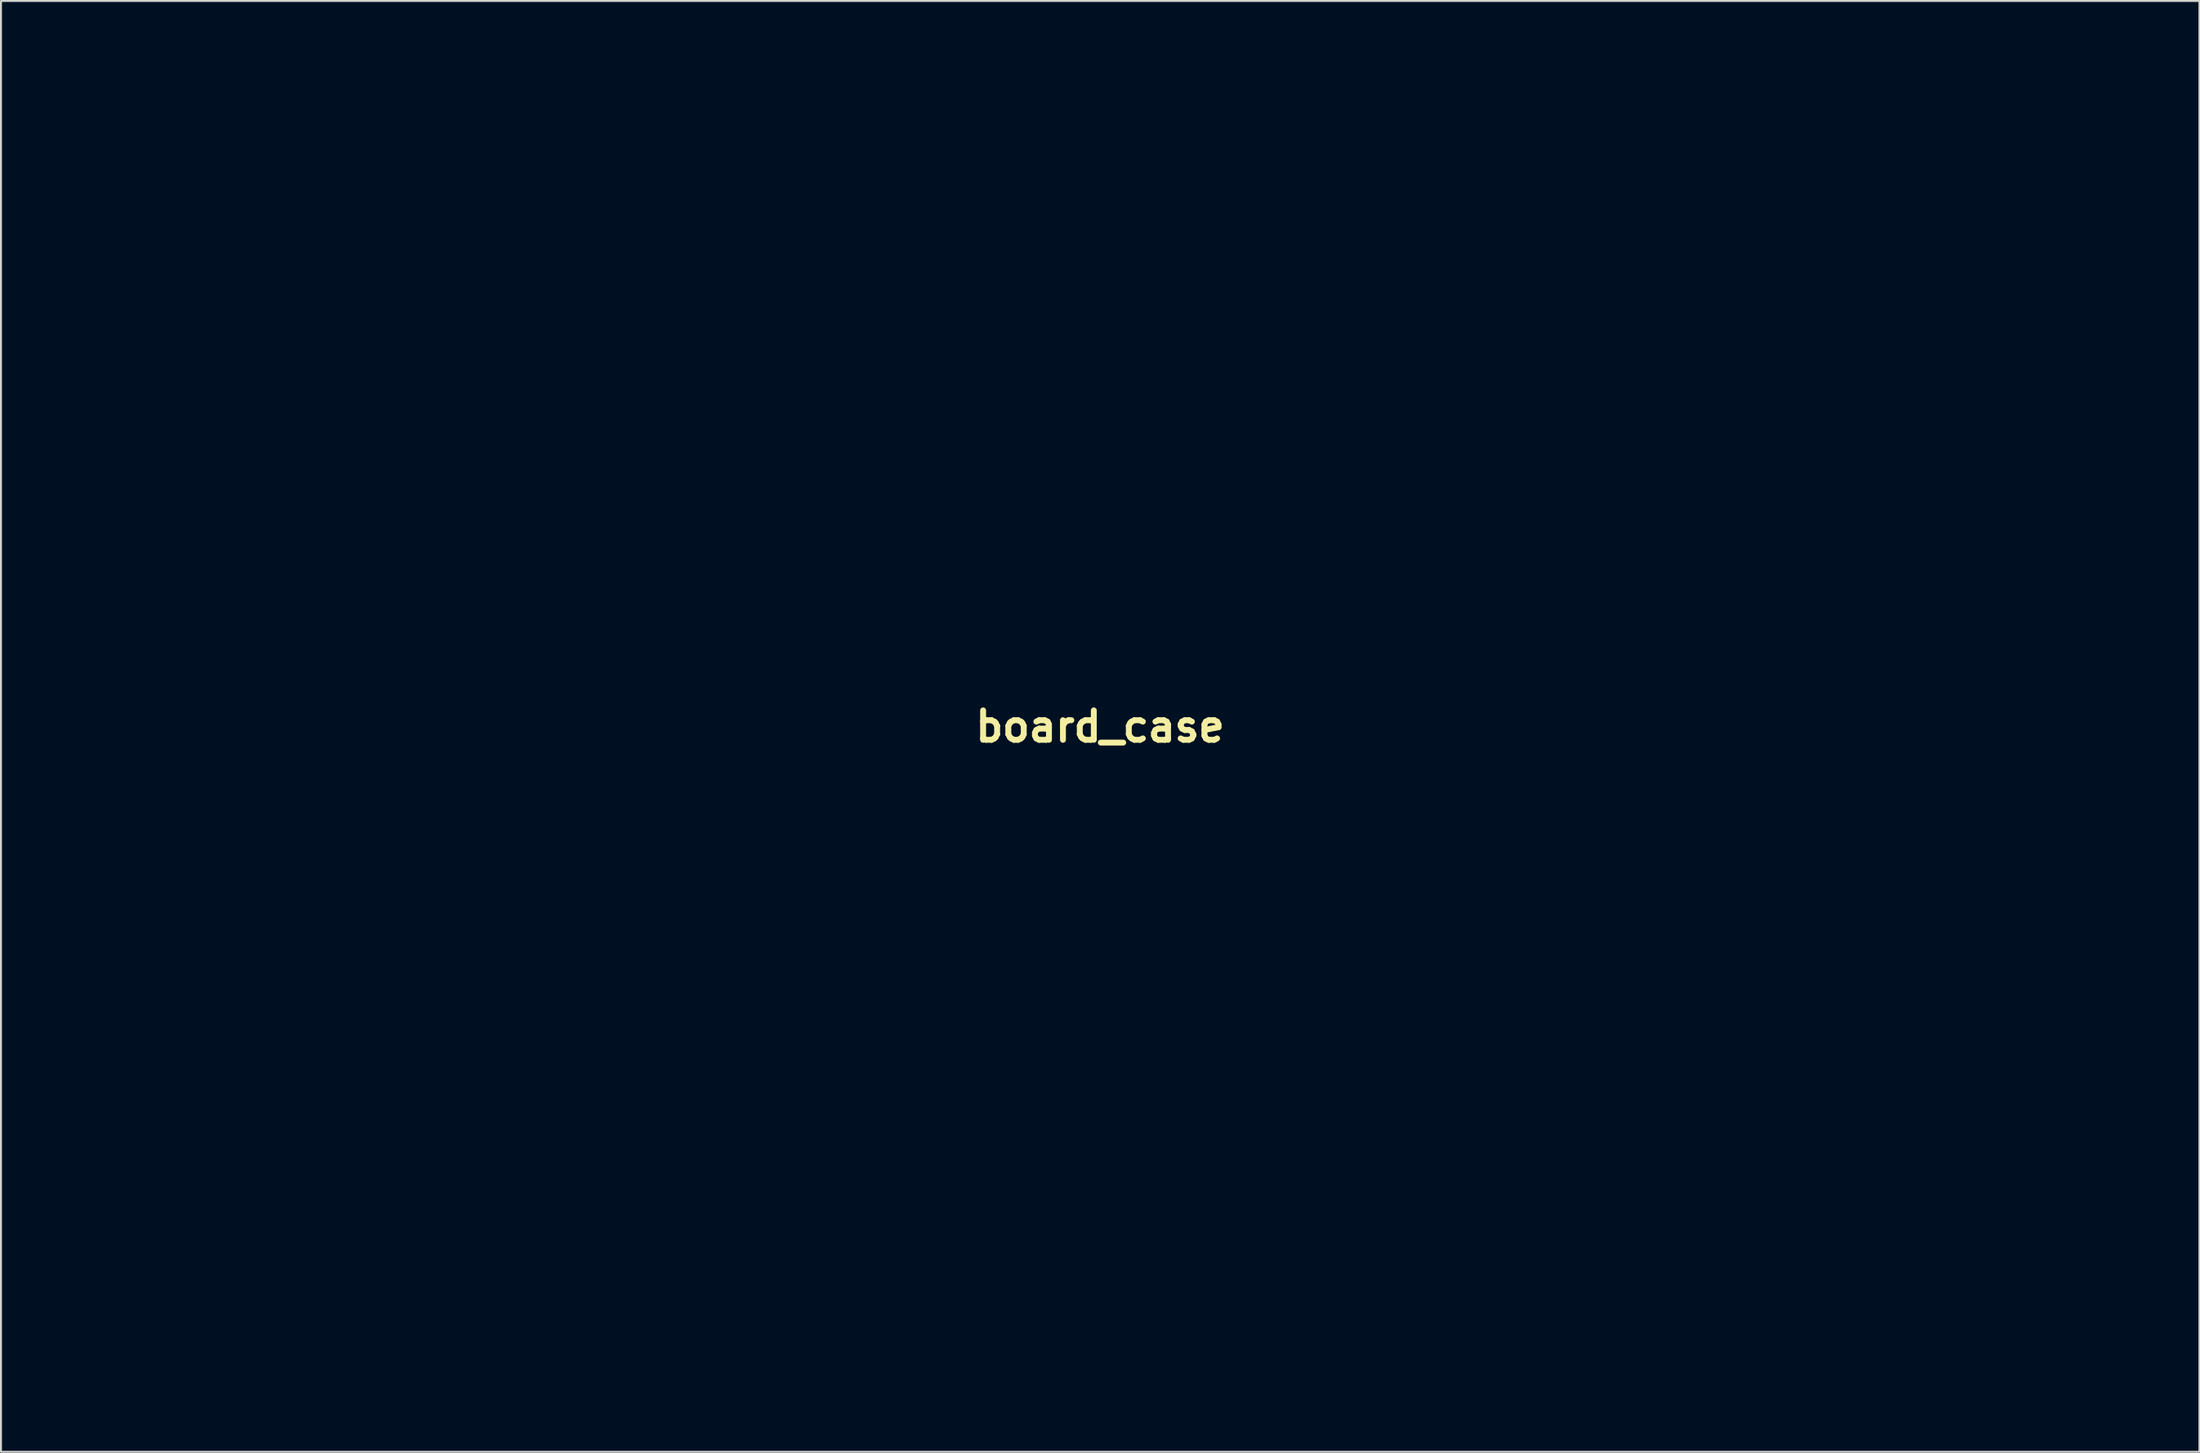
<source format=kicad_pcb>
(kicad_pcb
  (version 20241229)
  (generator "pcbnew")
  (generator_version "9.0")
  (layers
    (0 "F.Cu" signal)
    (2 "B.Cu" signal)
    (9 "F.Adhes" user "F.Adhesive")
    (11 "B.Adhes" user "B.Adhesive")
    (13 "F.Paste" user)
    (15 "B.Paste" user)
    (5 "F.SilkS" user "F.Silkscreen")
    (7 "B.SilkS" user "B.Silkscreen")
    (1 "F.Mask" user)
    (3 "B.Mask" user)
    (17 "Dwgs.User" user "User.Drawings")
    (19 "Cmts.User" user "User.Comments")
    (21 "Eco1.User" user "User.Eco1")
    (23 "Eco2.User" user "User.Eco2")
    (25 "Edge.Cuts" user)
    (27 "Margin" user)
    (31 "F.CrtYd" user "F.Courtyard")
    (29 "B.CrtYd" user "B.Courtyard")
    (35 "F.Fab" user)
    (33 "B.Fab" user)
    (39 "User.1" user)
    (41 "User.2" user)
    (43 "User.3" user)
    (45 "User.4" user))
  (footprint "board_case"
    (layer "F.Cu")
    (at 53.038 34.013)
    (property "Reference" "board_case" (at 0 0 0) (layer "F.SilkS") (effects (font (size 1.5 1.5) (thickness 0.3))))
    (attr board_only exclude_from_pos_files exclude_from_bom)
    (fp_poly (pts (xy 0.169 -2.794) (xy 0.169 -1.355) (xy -0.085 -1.355) (xy -0.339 -1.355) (xy -0.339 -2.794) (xy -0.339 -4.233) (xy -0.085 -4.233) (xy 0.169 -4.233)) (stroke (width 0.1) (type solid)) (fill no) (layer "Eco1.User"))
    (fp_poly (pts (xy -12.11 -1.864) (xy -12.067 -1.714) (xy -12.065 -1.652) (xy -12.111 -1.466) (xy -12.218 -1.365) (xy -12.339 -1.373) (xy -12.411 -1.47) (xy -12.441 -1.691) (xy -12.365 -1.853) (xy -12.233 -1.905)) (stroke (width 0.1) (type solid)) (fill no) (layer "Eco1.User"))
    (fp_poly (pts (xy -9.79 -9.094) (xy -9.68 -8.977) (xy -9.659 -8.8) (xy -9.725 -8.644) (xy -9.786 -8.603) (xy -9.916 -8.558) (xy -9.991 -8.587) (xy -10.058 -8.653) (xy -10.143 -8.826) (xy -10.103 -8.992) (xy -9.973 -9.1)) (stroke (width 0.1) (type solid)) (fill no) (layer "Eco1.User"))
    (fp_poly (pts (xy 0.075 -5.172) (xy 0.144 -5.035) (xy 0.155 -4.962) (xy 0.127 -4.738) (xy 0.007 -4.597) (xy -0.085 -4.575) (xy -0.185 -4.614) (xy -0.24 -4.646) (xy -0.315 -4.778) (xy -0.324 -4.962) (xy -0.274 -5.142) (xy -0.148 -5.204) (xy -0.085 -5.207)) (stroke (width 0.1) (type solid)) (fill no) (layer "Eco1.User"))
    (fp_poly (pts (xy -16.582 -5.326) (xy -16.411 -5.295) (xy -16.345 -5.236) (xy -16.341 -5.207) (xy -16.397 -5.119) (xy -16.582 -5.082) (xy -16.679 -5.08) (xy -17.018 -5.08) (xy -17.018 -2.963) (xy -17.018 -0.847) (xy -16.679 -0.847) (xy -16.458 -0.832) (xy -16.36 -0.775) (xy -16.341 -0.677) (xy -16.358 -0.586) (xy -16.434 -0.535) (xy -16.607 -0.513) (xy -16.891 -0.508) (xy -17.441 -0.508) (xy -17.441 -2.921) (xy -17.441 -5.334) (xy -16.891 -5.334)) (stroke (width 0.1) (type solid)) (fill no) (layer "Eco1.User"))
    (fp_poly (pts (xy 4.911 -2.921) (xy 4.911 -0.508) (xy 4.36 -0.508) (xy 4.063 -0.513) (xy 3.896 -0.537) (xy 3.825 -0.59) (xy 3.81 -0.677) (xy 3.838 -0.788) (xy 3.953 -0.837) (xy 4.149 -0.847) (xy 4.487 -0.847) (xy 4.487 -2.963) (xy 4.487 -5.08) (xy 4.149 -5.08) (xy 3.913 -5.101) (xy 3.816 -5.17) (xy 3.81 -5.207) (xy 3.847 -5.278) (xy 3.978 -5.318) (xy 4.235 -5.333) (xy 4.36 -5.334) (xy 4.911 -5.334)) (stroke (width 0.1) (type solid)) (fill no) (layer "Eco1.User"))
    (fp_poly (pts (xy -9.57 -5.146) (xy -9.538 -5.077) (xy -9.514 -4.937) (xy -9.499 -4.708) (xy -9.489 -4.369) (xy -9.484 -3.901) (xy -9.483 -3.284) (xy -9.483 -3.26) (xy -9.483 -1.355) (xy -9.693 -1.355) (xy -9.902 -1.355) (xy -9.925 -3.004) (xy -9.948 -4.653) (xy -10.386 -4.45) (xy -10.64 -4.34) (xy -10.783 -4.304) (xy -10.854 -4.337) (xy -10.873 -4.374) (xy -10.916 -4.505) (xy -10.922 -4.536) (xy -10.851 -4.593) (xy -10.669 -4.697) (xy -10.418 -4.824) (xy -10.142 -4.956) (xy -9.885 -5.07) (xy -9.69 -5.146) (xy -9.612 -5.165)) (stroke (width 0.1) (type solid)) (fill no) (layer "Eco1.User"))
    (fp_poly (pts (xy -4.236 -12.343) (xy -4.204 -12.273) (xy -4.18 -12.134) (xy -4.165 -11.905) (xy -4.155 -11.566) (xy -4.15 -11.098) (xy -4.149 -10.481) (xy -4.149 -10.456) (xy -4.149 -8.551) (xy -4.359 -8.551) (xy -4.568 -8.551) (xy -4.591 -10.201) (xy -4.614 -11.85) (xy -5.052 -11.647) (xy -5.306 -11.537) (xy -5.449 -11.501) (xy -5.52 -11.534) (xy -5.539 -11.571) (xy -5.582 -11.702) (xy -5.588 -11.732) (xy -5.517 -11.79) (xy -5.335 -11.893) (xy -5.084 -12.021) (xy -4.808 -12.152) (xy -4.551 -12.267) (xy -4.356 -12.342) (xy -4.278 -12.361)) (stroke (width 0.1) (type solid)) (fill no) (layer "Eco1.User"))
    (fp_poly (pts (xy -52.625 -33.948) (xy -52.593 -33.929) (xy -52.567 -33.88) (xy -52.546 -33.788) (xy -52.529 -33.639) (xy -52.517 -33.42) (xy -52.507 -33.117) (xy -52.501 -32.716) (xy -52.497 -32.203) (xy -52.495 -31.566) (xy -52.494 -30.79) (xy -52.493 -29.862) (xy -52.493 -29.601) (xy -52.494 -28.6) (xy -52.496 -27.756) (xy -52.501 -27.056) (xy -52.507 -26.488) (xy -52.517 -26.04) (xy -52.529 -25.698) (xy -52.544 -25.451) (xy -52.563 -25.287) (xy -52.586 -25.191) (xy -52.607 -25.157) (xy -52.73 -25.103) (xy -52.776 -25.119) (xy -52.787 -25.212) (xy -52.797 -25.458) (xy -52.806 -25.841) (xy -52.814 -26.346) (xy -52.821 -26.957) (xy -52.826 -27.656) (xy -52.83 -28.429) (xy -52.832 -29.259) (xy -52.832 -29.563) (xy -52.832 -30.536) (xy -52.831 -31.354) (xy -52.829 -32.03) (xy -52.826 -32.576) (xy -52.82 -33.008) (xy -52.812 -33.339) (xy -52.8 -33.581) (xy -52.785 -33.75) (xy -52.765 -33.857) (xy -52.74 -33.918) (xy -52.711 -33.944) (xy -52.675 -33.951) (xy -52.663 -33.951)) (stroke (width 0.1) (type solid)) (fill no) (layer "Eco1.User"))
    (fp_poly (pts (xy 49.62 33.443) (xy 50.433 33.444) (xy 51.104 33.446) (xy 51.647 33.45) (xy 52.075 33.455) (xy 52.402 33.464) (xy 52.641 33.476) (xy 52.806 33.491) (xy 52.911 33.511) (xy 52.97 33.536) (xy 52.995 33.566) (xy 53.001 33.603) (xy 53.001 33.613) (xy 52.998 33.65) (xy 52.979 33.682) (xy 52.93 33.708) (xy 52.839 33.729) (xy 52.691 33.746) (xy 52.472 33.758) (xy 52.17 33.768) (xy 51.771 33.774) (xy 51.261 33.778) (xy 50.627 33.781) (xy 49.855 33.782) (xy 48.931 33.782) (xy 48.613 33.782) (xy 47.766 33.781) (xy 46.972 33.778) (xy 46.244 33.773) (xy 45.601 33.767) (xy 45.057 33.759) (xy 44.629 33.75) (xy 44.332 33.741) (xy 44.183 33.73) (xy 44.169 33.726) (xy 44.166 33.624) (xy 44.207 33.557) (xy 44.256 33.531) (xy 44.365 33.509) (xy 44.547 33.491) (xy 44.812 33.476) (xy 45.175 33.464) (xy 45.648 33.456) (xy 46.243 33.45) (xy 46.972 33.446) (xy 47.849 33.444) (xy 48.651 33.443)) (stroke (width 0.1) (type solid)) (fill no) (layer "Eco1.User"))
    (fp_poly (pts (xy -14.192 -5.115) (xy -13.845 -4.959) (xy -13.581 -4.663) (xy -13.502 -4.518) (xy -13.41 -4.226) (xy -13.343 -3.822) (xy -13.306 -3.362) (xy -13.302 -2.902) (xy -13.334 -2.498) (xy -13.372 -2.304) (xy -13.565 -1.861) (xy -13.863 -1.546) (xy -14.249 -1.369) (xy -14.71 -1.341) (xy -14.833 -1.357) (xy -15.141 -1.446) (xy -15.362 -1.613) (xy -15.543 -1.897) (xy -15.598 -2.014) (xy -15.75 -2.498) (xy -15.819 -3.036) (xy -15.814 -3.238) (xy -15.366 -3.238) (xy -15.357 -2.783) (xy -15.306 -2.38) (xy -15.302 -2.36) (xy -15.166 -2.008) (xy -14.95 -1.759) (xy -14.685 -1.629) (xy -14.402 -1.631) (xy -14.132 -1.779) (xy -14.099 -1.811) (xy -13.884 -2.142) (xy -13.76 -2.617) (xy -13.726 -3.234) (xy -13.733 -3.436) (xy -13.799 -3.991) (xy -13.935 -4.404) (xy -14.148 -4.686) (xy -14.334 -4.809) (xy -14.614 -4.863) (xy -14.879 -4.755) (xy -15.114 -4.492) (xy -15.183 -4.372) (xy -15.276 -4.088) (xy -15.339 -3.692) (xy -15.366 -3.238) (xy -15.814 -3.238) (xy -15.806 -3.585) (xy -15.716 -4.102) (xy -15.553 -4.541) (xy -15.373 -4.807) (xy -15.18 -4.991) (xy -14.988 -5.088) (xy -14.722 -5.133) (xy -14.64 -5.14)) (stroke (width 0.1) (type solid)) (fill no) (layer "Eco1.User"))
    (fp_poly (pts (xy 2.656 -4.201) (xy 2.862 -4.088) (xy 3.013 -3.929) (xy 3.116 -3.699) (xy 3.179 -3.374) (xy 3.21 -2.927) (xy 3.217 -2.416) (xy 3.217 -1.355) (xy 3.014 -1.355) (xy 2.931 -1.359) (xy 2.874 -1.392) (xy 2.836 -1.479) (xy 2.812 -1.649) (xy 2.797 -1.927) (xy 2.784 -2.342) (xy 2.781 -2.453) (xy 2.766 -2.912) (xy 2.747 -3.233) (xy 2.718 -3.449) (xy 2.675 -3.59) (xy 2.611 -3.689) (xy 2.575 -3.728) (xy 2.315 -3.878) (xy 2.001 -3.901) (xy 1.692 -3.795) (xy 1.625 -3.751) (xy 1.532 -3.676) (xy 1.468 -3.593) (xy 1.427 -3.472) (xy 1.401 -3.281) (xy 1.386 -2.989) (xy 1.375 -2.565) (xy 1.373 -2.468) (xy 1.363 -2.016) (xy 1.35 -1.707) (xy 1.33 -1.513) (xy 1.297 -1.408) (xy 1.247 -1.364) (xy 1.173 -1.355) (xy 1.155 -1.355) (xy 0.978 -1.377) (xy 0.903 -1.411) (xy 0.884 -1.511) (xy 0.868 -1.75) (xy 0.856 -2.1) (xy 0.848 -2.53) (xy 0.847 -2.85) (xy 0.847 -4.233) (xy 1.101 -4.233) (xy 1.286 -4.208) (xy 1.351 -4.109) (xy 1.355 -4.058) (xy 1.355 -3.882) (xy 1.575 -4.056) (xy 1.948 -4.248) (xy 2.355 -4.281)) (stroke (width 0.1) (type solid)) (fill no) (layer "Eco1.User"))
    (fp_poly (pts (xy 52.75 -33.888) (xy 52.784 -33.87) (xy 52.949 -33.739) (xy 53.001 -33.607) (xy 52.923 -33.516) (xy 52.916 -33.514) (xy 52.894 -33.422) (xy 52.875 -33.163) (xy 52.859 -32.741) (xy 52.846 -32.159) (xy 52.836 -31.419) (xy 52.83 -30.525) (xy 52.827 -29.479) (xy 52.827 -29.411) (xy 52.826 -28.443) (xy 52.822 -27.632) (xy 52.817 -26.963) (xy 52.809 -26.423) (xy 52.799 -26) (xy 52.785 -25.68) (xy 52.768 -25.449) (xy 52.747 -25.295) (xy 52.721 -25.204) (xy 52.707 -25.178) (xy 52.612 -25.075) (xy 52.556 -25.112) (xy 52.542 -25.146) (xy 52.532 -25.254) (xy 52.521 -25.514) (xy 52.511 -25.91) (xy 52.502 -26.424) (xy 52.493 -27.039) (xy 52.485 -27.74) (xy 52.478 -28.507) (xy 52.472 -29.326) (xy 52.472 -29.379) (xy 52.451 -33.486) (xy 48.323 -33.528) (xy 47.293 -33.54) (xy 46.4 -33.555) (xy 45.651 -33.571) (xy 45.049 -33.588) (xy 44.6 -33.608) (xy 44.309 -33.628) (xy 44.181 -33.65) (xy 44.175 -33.655) (xy 44.253 -33.677) (xy 44.498 -33.697) (xy 44.908 -33.715) (xy 45.478 -33.73) (xy 46.208 -33.743) (xy 47.094 -33.753) (xy 48.133 -33.761) (xy 48.298 -33.762) (xy 49.309 -33.768) (xy 50.16 -33.776) (xy 50.862 -33.786) (xy 51.425 -33.798) (xy 51.859 -33.812) (xy 52.174 -33.829) (xy 52.379 -33.849) (xy 52.485 -33.872) (xy 52.505 -33.885) (xy 52.591 -33.94)) (stroke (width 0.1) (type solid)) (fill no) (layer "Eco1.User"))
    (fp_poly (pts (xy -7.6 -12.343) (xy -7.181 -12.329) (xy -6.903 -12.31) (xy -6.736 -12.281) (xy -6.651 -12.235) (xy -6.62 -12.171) (xy -6.623 -12.1) (xy -6.686 -12.056) (xy -6.839 -12.033) (xy -7.112 -12.024) (xy -7.355 -12.023) (xy -7.698 -12.014) (xy -7.974 -11.991) (xy -8.141 -11.957) (xy -8.17 -11.939) (xy -8.188 -11.816) (xy -8.184 -11.58) (xy -8.163 -11.344) (xy -8.127 -11.064) (xy -8.087 -10.919) (xy -8.024 -10.875) (xy -7.926 -10.898) (xy -7.554 -10.965) (xy -7.19 -10.914) (xy -6.898 -10.754) (xy -6.892 -10.749) (xy -6.597 -10.372) (xy -6.458 -9.936) (xy -6.477 -9.459) (xy -6.572 -9.142) (xy -6.785 -8.82) (xy -7.105 -8.605) (xy -7.496 -8.509) (xy -7.924 -8.544) (xy -8.086 -8.593) (xy -8.297 -8.67) (xy -8.427 -8.715) (xy -8.443 -8.719) (xy -8.495 -8.787) (xy -8.577 -8.942) (xy -8.658 -9.116) (xy -8.705 -9.244) (xy -8.706 -9.268) (xy -8.574 -9.333) (xy -8.416 -9.359) (xy -8.309 -9.338) (xy -8.297 -9.315) (xy -8.242 -9.196) (xy -8.107 -9.031) (xy -8.09 -9.013) (xy -7.817 -8.838) (xy -7.53 -8.81) (xy -7.26 -8.913) (xy -7.04 -9.133) (xy -6.903 -9.454) (xy -6.883 -9.577) (xy -6.9 -9.991) (xy -7.035 -10.317) (xy -7.261 -10.54) (xy -7.55 -10.646) (xy -7.874 -10.62) (xy -8.207 -10.447) (xy -8.315 -10.354) (xy -8.551 -10.128) (xy -8.551 -11.248) (xy -8.551 -12.367)) (stroke (width 0.1) (type solid)) (fill no) (layer "Eco1.User"))
    (fp_poly (pts (xy 0.672 -11.36) (xy 0.885 -11.215) (xy 1.117 -11) (xy 1.322 -11.205) (xy 1.616 -11.408) (xy 1.946 -11.452) (xy 2.205 -11.395) (xy 2.434 -11.297) (xy 2.603 -11.16) (xy 2.72 -10.959) (xy 2.796 -10.668) (xy 2.841 -10.26) (xy 2.865 -9.71) (xy 2.866 -9.688) (xy 2.895 -8.551) (xy 2.675 -8.551) (xy 2.455 -8.551) (xy 2.455 -9.529) (xy 2.446 -10.048) (xy 2.416 -10.42) (xy 2.364 -10.667) (xy 2.331 -10.747) (xy 2.128 -10.996) (xy 1.872 -11.093) (xy 1.595 -11.033) (xy 1.393 -10.884) (xy 1.307 -10.788) (xy 1.248 -10.685) (xy 1.212 -10.54) (xy 1.194 -10.319) (xy 1.186 -9.991) (xy 1.185 -9.614) (xy 1.185 -8.551) (xy 0.98 -8.551) (xy 0.775 -8.551) (xy 0.748 -9.66) (xy 0.734 -10.114) (xy 0.718 -10.431) (xy 0.693 -10.64) (xy 0.653 -10.774) (xy 0.593 -10.863) (xy 0.52 -10.93) (xy 0.237 -11.074) (xy -0.043 -11.05) (xy -0.32 -10.856) (xy -0.347 -10.828) (xy -0.451 -10.711) (xy -0.521 -10.6) (xy -0.563 -10.46) (xy -0.584 -10.254) (xy -0.592 -9.946) (xy -0.593 -9.558) (xy -0.593 -8.551) (xy -0.804 -8.551) (xy -1.016 -8.551) (xy -1.016 -9.991) (xy -1.016 -11.43) (xy -0.804 -11.43) (xy -0.638 -11.39) (xy -0.593 -11.261) (xy -0.567 -11.119) (xy -0.478 -11.116) (xy -0.308 -11.249) (xy -0.302 -11.255) (xy -0.011 -11.419) (xy 0.332 -11.454)) (stroke (width 0.1) (type solid)) (fill no) (layer "Eco1.User"))
    (fp_poly (pts (xy -11.921 -12.312) (xy -11.724 -12.281) (xy -11.589 -12.208) (xy -11.465 -12.081) (xy -11.302 -11.782) (xy -11.254 -11.438) (xy -11.315 -11.097) (xy -11.475 -10.809) (xy -11.724 -10.621) (xy -11.98 -10.513) (xy -11.756 -10.456) (xy -11.469 -10.304) (xy -11.253 -10.038) (xy -11.125 -9.706) (xy -11.105 -9.355) (xy -11.194 -9.067) (xy -11.444 -8.769) (xy -11.796 -8.576) (xy -12.21 -8.503) (xy -12.645 -8.56) (xy -12.742 -8.592) (xy -12.954 -8.67) (xy -13.084 -8.715) (xy -13.1 -8.719) (xy -13.147 -8.786) (xy -13.232 -8.939) (xy -13.318 -9.112) (xy -13.372 -9.236) (xy -13.377 -9.257) (xy -13.305 -9.298) (xy -13.162 -9.335) (xy -12.985 -9.33) (xy -12.861 -9.205) (xy -12.827 -9.143) (xy -12.627 -8.906) (xy -12.369 -8.8) (xy -12.092 -8.816) (xy -11.835 -8.947) (xy -11.637 -9.184) (xy -11.555 -9.406) (xy -11.555 -9.739) (xy -11.709 -10.007) (xy -12.011 -10.202) (xy -12.128 -10.245) (xy -12.359 -10.337) (xy -12.505 -10.433) (xy -12.53 -10.478) (xy -12.459 -10.573) (xy -12.28 -10.682) (xy -12.203 -10.716) (xy -11.922 -10.894) (xy -11.749 -11.137) (xy -11.681 -11.407) (xy -11.716 -11.669) (xy -11.852 -11.886) (xy -12.086 -12.023) (xy -12.291 -12.051) (xy -12.561 -11.985) (xy -12.738 -11.825) (xy -12.894 -11.689) (xy -13.074 -11.609) (xy -13.224 -11.6) (xy -13.292 -11.674) (xy -13.293 -11.683) (xy -13.24 -11.792) (xy -13.109 -11.968) (xy -13.046 -12.042) (xy -12.9 -12.192) (xy -12.762 -12.275) (xy -12.576 -12.311) (xy -12.284 -12.319) (xy -12.234 -12.319)) (stroke (width 0.1) (type solid)) (fill no) (layer "Eco1.User"))
    (fp_poly (pts (xy -6.797 -5.145) (xy -6.405 -5.075) (xy -6.15 -4.926) (xy -6.012 -4.676) (xy -5.969 -4.301) (xy -5.969 -4.28) (xy -5.987 -3.973) (xy -6.054 -3.764) (xy -6.174 -3.605) (xy -6.349 -3.455) (xy -6.501 -3.381) (xy -6.513 -3.38) (xy -6.538 -3.348) (xy -6.429 -3.278) (xy -6.392 -3.261) (xy -6.047 -3.034) (xy -5.843 -2.715) (xy -5.809 -2.6) (xy -5.795 -2.309) (xy -5.86 -1.984) (xy -5.982 -1.702) (xy -6.076 -1.585) (xy -6.289 -1.465) (xy -6.595 -1.374) (xy -6.919 -1.329) (xy -7.112 -1.335) (xy -7.534 -1.448) (xy -7.829 -1.657) (xy -7.927 -1.798) (xy -8.015 -1.982) (xy -8.008 -2.073) (xy -7.889 -2.13) (xy -7.817 -2.152) (xy -7.667 -2.159) (xy -7.557 -2.043) (xy -7.52 -1.972) (xy -7.345 -1.764) (xy -7.088 -1.657) (xy -6.75 -1.641) (xy -6.491 -1.771) (xy -6.328 -2.031) (xy -6.282 -2.27) (xy -6.296 -2.623) (xy -6.415 -2.861) (xy -6.66 -3.016) (xy -6.819 -3.067) (xy -7.077 -3.16) (xy -7.188 -3.27) (xy -7.197 -3.32) (xy -7.13 -3.447) (xy -7.021 -3.471) (xy -6.804 -3.544) (xy -6.588 -3.728) (xy -6.422 -3.97) (xy -6.35 -4.217) (xy -6.35 -4.231) (xy -6.416 -4.492) (xy -6.582 -4.726) (xy -6.802 -4.879) (xy -6.947 -4.911) (xy -7.119 -4.851) (xy -7.318 -4.704) (xy -7.366 -4.657) (xy -7.554 -4.503) (xy -7.745 -4.415) (xy -7.895 -4.406) (xy -7.959 -4.488) (xy -7.959 -4.493) (xy -7.881 -4.752) (xy -7.668 -4.96) (xy -7.35 -5.099) (xy -6.957 -5.151)) (stroke (width 0.1) (type solid)) (fill no) (layer "Eco1.User"))
    (fp_poly (pts (xy 5.229 -11.386) (xy 5.523 -11.2) (xy 5.548 -11.174) (xy 5.655 -11.068) (xy 5.74 -11.061) (xy 5.866 -11.161) (xy 5.933 -11.225) (xy 6.234 -11.41) (xy 6.567 -11.452) (xy 6.891 -11.359) (xy 7.167 -11.142) (xy 7.331 -10.876) (xy 7.397 -10.612) (xy 7.436 -10.193) (xy 7.451 -9.614) (xy 7.451 -9.57) (xy 7.451 -8.551) (xy 7.246 -8.551) (xy 7.041 -8.551) (xy 7.013 -9.66) (xy 7 -10.114) (xy 6.983 -10.431) (xy 6.958 -10.64) (xy 6.918 -10.774) (xy 6.858 -10.863) (xy 6.785 -10.93) (xy 6.498 -11.073) (xy 6.21 -11.049) (xy 5.965 -10.884) (xy 5.879 -10.788) (xy 5.82 -10.685) (xy 5.784 -10.54) (xy 5.766 -10.319) (xy 5.758 -9.991) (xy 5.757 -9.614) (xy 5.757 -8.551) (xy 5.546 -8.551) (xy 5.334 -8.551) (xy 5.334 -9.614) (xy 5.332 -10.057) (xy 5.323 -10.364) (xy 5.302 -10.569) (xy 5.263 -10.705) (xy 5.2 -10.804) (xy 5.126 -10.884) (xy 4.92 -11.028) (xy 4.707 -11.091) (xy 4.699 -11.091) (xy 4.488 -11.033) (xy 4.279 -10.891) (xy 4.272 -10.884) (xy 4.185 -10.788) (xy 4.127 -10.685) (xy 4.091 -10.54) (xy 4.072 -10.319) (xy 4.065 -9.991) (xy 4.064 -9.614) (xy 4.064 -8.551) (xy 3.852 -8.551) (xy 3.641 -8.551) (xy 3.641 -9.991) (xy 3.642 -10.515) (xy 3.646 -10.894) (xy 3.657 -11.151) (xy 3.677 -11.309) (xy 3.709 -11.392) (xy 3.756 -11.425) (xy 3.81 -11.43) (xy 3.961 -11.372) (xy 3.995 -11.195) (xy 3.989 -11.155) (xy 4.029 -11.094) (xy 4.129 -11.119) (xy 4.196 -11.185) (xy 4.309 -11.279) (xy 4.506 -11.383) (xy 4.529 -11.393) (xy 4.875 -11.455)) (stroke (width 0.1) (type solid)) (fill no) (layer "Eco1.User"))
    (fp_poly (pts (xy -3.656 -5.147) (xy -3.314 -5.044) (xy -3.299 -5.036) (xy -3.05 -4.831) (xy -2.866 -4.541) (xy -2.794 -4.237) (xy -2.794 -4.235) (xy -2.84 -3.967) (xy -2.955 -3.701) (xy -3.107 -3.499) (xy -3.215 -3.43) (xy -3.316 -3.387) (xy -3.321 -3.328) (xy -3.219 -3.217) (xy -3.092 -3.104) (xy -2.827 -2.778) (xy -2.726 -2.412) (xy -2.791 -2.008) (xy -2.821 -1.928) (xy -3.022 -1.648) (xy -3.336 -1.437) (xy -3.713 -1.316) (xy -4.103 -1.308) (xy -4.191 -1.324) (xy -4.609 -1.469) (xy -4.884 -1.684) (xy -5.034 -1.993) (xy -5.08 -2.421) (xy -5.079 -2.428) (xy -4.655 -2.428) (xy -4.639 -2.149) (xy -4.57 -1.969) (xy -4.414 -1.818) (xy -4.32 -1.752) (xy -3.998 -1.623) (xy -3.67 -1.654) (xy -3.452 -1.775) (xy -3.249 -2.035) (xy -3.175 -2.371) (xy -3.231 -2.711) (xy -3.395 -2.953) (xy -3.657 -3.097) (xy -3.969 -3.133) (xy -4.283 -3.051) (xy -4.434 -2.957) (xy -4.588 -2.794) (xy -4.649 -2.585) (xy -4.655 -2.428) (xy -5.079 -2.428) (xy -5.06 -2.696) (xy -4.977 -2.889) (xy -4.805 -3.075) (xy -4.53 -3.332) (xy -4.763 -3.564) (xy -4.919 -3.762) (xy -4.986 -3.988) (xy -4.995 -4.19) (xy -4.993 -4.223) (xy -4.572 -4.223) (xy -4.505 -3.89) (xy -4.328 -3.643) (xy -4.076 -3.5) (xy -3.787 -3.481) (xy -3.497 -3.605) (xy -3.461 -3.632) (xy -3.297 -3.864) (xy -3.25 -4.158) (xy -3.318 -4.459) (xy -3.499 -4.708) (xy -3.499 -4.708) (xy -3.79 -4.879) (xy -4.077 -4.882) (xy -4.349 -4.735) (xy -4.508 -4.562) (xy -4.568 -4.335) (xy -4.572 -4.223) (xy -4.993 -4.223) (xy -4.977 -4.465) (xy -4.931 -4.691) (xy -4.908 -4.746) (xy -4.712 -4.95) (xy -4.404 -5.091) (xy -4.036 -5.16)) (stroke (width 0.1) (type solid)) (fill no) (layer "Eco1.User"))
    (fp_poly (pts (xy -14.372 -13.246) (xy -14.309 -13.208) (xy -14.252 -13.143) (xy -14.258 -13.036) (xy -14.337 -12.85) (xy -14.459 -12.619) (xy -14.735 -12.113) (xy -14.441 -11.727) (xy -14.132 -11.202) (xy -13.984 -10.659) (xy -13.996 -10.117) (xy -14.167 -9.597) (xy -14.495 -9.117) (xy -14.555 -9.053) (xy -15.002 -8.705) (xy -15.514 -8.512) (xy -16.085 -8.475) (xy -16.587 -8.562) (xy -16.698 -8.509) (xy -16.852 -8.322) (xy -16.968 -8.135) (xy -17.142 -7.847) (xy -17.272 -7.692) (xy -17.386 -7.648) (xy -17.51 -7.693) (xy -17.526 -7.703) (xy -17.583 -7.767) (xy -17.576 -7.874) (xy -17.496 -8.06) (xy -17.372 -8.295) (xy -17.09 -8.807) (xy -17.292 -9.062) (xy -16.42 -9.062) (xy -16.341 -8.973) (xy -16.131 -8.909) (xy -15.834 -8.896) (xy -15.522 -8.932) (xy -15.351 -8.98) (xy -14.96 -9.213) (xy -14.664 -9.558) (xy -14.477 -9.981) (xy -14.41 -10.445) (xy -14.478 -10.915) (xy -14.567 -11.142) (xy -14.687 -11.382) (xy -14.788 -11.532) (xy -14.885 -11.585) (xy -14.996 -11.529) (xy -15.137 -11.357) (xy -15.323 -11.057) (xy -15.573 -10.62) (xy -15.627 -10.524) (xy -15.859 -10.112) (xy -16.067 -9.745) (xy -16.235 -9.45) (xy -16.346 -9.257) (xy -16.376 -9.205) (xy -16.42 -9.062) (xy -17.292 -9.062) (xy -17.359 -9.147) (xy -17.653 -9.635) (xy -17.805 -10.153) (xy -17.821 -10.639) (xy -17.407 -10.639) (xy -17.403 -10.206) (xy -17.335 -9.952) (xy -17.222 -9.694) (xy -17.089 -9.47) (xy -16.958 -9.32) (xy -16.854 -9.281) (xy -16.835 -9.293) (xy -16.768 -9.391) (xy -16.634 -9.612) (xy -16.448 -9.928) (xy -16.227 -10.314) (xy -16.045 -10.636) (xy -15.777 -11.116) (xy -15.59 -11.469) (xy -15.483 -11.714) (xy -15.452 -11.871) (xy -15.497 -11.959) (xy -15.616 -12) (xy -15.807 -12.013) (xy -15.917 -12.015) (xy -16.292 -11.957) (xy -16.676 -11.797) (xy -16.997 -11.571) (xy -17.088 -11.472) (xy -17.296 -11.091) (xy -17.407 -10.639) (xy -17.821 -10.639) (xy -17.822 -10.676) (xy -17.713 -11.176) (xy -17.485 -11.628) (xy -17.145 -12.004) (xy -16.7 -12.278) (xy -16.459 -12.364) (xy -16.095 -12.421) (xy -15.69 -12.419) (xy -15.331 -12.36) (xy -15.24 -12.329) (xy -15.137 -12.351) (xy -15.005 -12.502) (xy -14.835 -12.785) (xy -14.674 -13.068) (xy -14.563 -13.224) (xy -14.472 -13.275)) (stroke (width 0.1) (type solid)) (fill no) (layer "Eco1.User"))
    (fp_poly (pts (xy 32.809 -24.036) (xy 32.837 -23.825) (xy 32.85 -23.466) (xy 32.851 -23.337) (xy 32.851 -22.535) (xy 33.126 -22.481) (xy 33.352 -22.42) (xy 33.659 -22.316) (xy 33.92 -22.216) (xy 34.195 -22.091) (xy 34.403 -21.954) (xy 34.594 -21.765) (xy 34.815 -21.482) (xy 34.871 -21.405) (xy 35.12 -21.032) (xy 35.272 -20.73) (xy 35.35 -20.449) (xy 35.358 -20.394) (xy 35.412 -19.981) (xy 36.206 -19.981) (xy 36.582 -19.973) (xy 36.851 -19.949) (xy 36.988 -19.913) (xy 36.999 -19.897) (xy 36.919 -19.857) (xy 36.696 -19.828) (xy 36.357 -19.813) (xy 36.206 -19.812) (xy 35.412 -19.812) (xy 35.358 -19.399) (xy 35.293 -19.122) (xy 35.161 -18.833) (xy 34.938 -18.484) (xy 34.862 -18.377) (xy 34.579 -18.017) (xy 34.308 -17.762) (xy 33.998 -17.578) (xy 33.601 -17.434) (xy 33.295 -17.351) (xy 32.851 -17.24) (xy 32.851 -16.452) (xy 32.842 -16.078) (xy 32.818 -15.81) (xy 32.782 -15.674) (xy 32.766 -15.663) (xy 32.726 -15.743) (xy 32.697 -15.966) (xy 32.683 -16.305) (xy 32.681 -16.456) (xy 32.681 -17.248) (xy 32.126 -17.385) (xy 31.652 -17.534) (xy 31.284 -17.737) (xy 30.958 -18.033) (xy 30.793 -18.229) (xy 30.58 -18.524) (xy 30.425 -18.824) (xy 30.297 -19.195) (xy 30.227 -19.452) (xy 30.135 -19.812) (xy 30.836 -19.812) (xy 30.9 -19.537) (xy 31.103 -18.959) (xy 31.414 -18.511) (xy 31.831 -18.194) (xy 32.15 -18.062) (xy 32.378 -17.993) (xy 32.529 -17.972) (xy 32.619 -18.021) (xy 32.664 -18.166) (xy 32.68 -18.431) (xy 32.68 -18.433) (xy 32.859 -18.433) (xy 32.87 -18.154) (xy 32.92 -18.003) (xy 33.029 -17.958) (xy 33.216 -17.998) (xy 33.501 -18.101) (xy 33.546 -18.118) (xy 33.751 -18.202) (xy 33.911 -18.295) (xy 34.057 -18.425) (xy 34.218 -18.622) (xy 34.425 -18.917) (xy 34.565 -19.125) (xy 34.674 -19.365) (xy 34.713 -19.582) (xy 34.713 -19.818) (xy 33.803 -19.794) (xy 32.893 -19.77) (xy 32.869 -18.86) (xy 32.859 -18.433) (xy 32.68 -18.433) (xy 32.681 -18.838) (xy 32.681 -18.881) (xy 32.681 -19.812) (xy 31.759 -19.812) (xy 30.836 -19.812) (xy 30.135 -19.812) (xy 29.317 -19.812) (xy 28.908 -19.822) (xy 28.663 -19.849) (xy 28.579 -19.886) (xy 28.653 -19.926) (xy 28.88 -19.964) (xy 29.112 -19.981) (xy 30.828 -19.981) (xy 31.755 -19.981) (xy 32.681 -19.981) (xy 32.681 -20.861) (xy 32.675 -21.295) (xy 32.653 -21.581) (xy 32.614 -21.738) (xy 32.594 -21.759) (xy 32.851 -21.759) (xy 32.851 -20.87) (xy 32.851 -19.981) (xy 33.782 -19.981) (xy 34.713 -19.981) (xy 34.713 -20.214) (xy 34.637 -20.564) (xy 34.433 -20.922) (xy 34.136 -21.255) (xy 33.784 -21.528) (xy 33.411 -21.707) (xy 33.108 -21.759) (xy 32.851 -21.759) (xy 32.594 -21.759) (xy 32.572 -21.783) (xy 32.377 -21.784) (xy 32.103 -21.697) (xy 31.797 -21.545) (xy 31.504 -21.356) (xy 31.272 -21.155) (xy 31.167 -21.015) (xy 31.1 -20.854) (xy 31.013 -20.598) (xy 30.959 -20.426) (xy 30.828 -19.981) (xy 29.112 -19.981) (xy 29.257 -19.992) (xy 29.421 -19.999) (xy 30.18 -20.024) (xy 30.276 -20.447) (xy 30.428 -20.977) (xy 30.624 -21.382) (xy 30.886 -21.705) (xy 30.914 -21.732) (xy 31.169 -21.934) (xy 31.484 -22.133) (xy 31.809 -22.301) (xy 32.091 -22.41) (xy 32.242 -22.437) (xy 32.442 -22.449) (xy 32.57 -22.506) (xy 32.642 -22.638) (xy 32.674 -22.875) (xy 32.681 -23.249) (xy 32.681 -23.287) (xy 32.69 -23.627) (xy 32.714 -23.9) (xy 32.749 -24.062) (xy 32.766 -24.088)) (stroke (width 0.1) (type solid)) (fill no) (layer "Eco1.User"))
    (fp_poly (pts (xy -32.849 15.826) (xy -32.811 16.072) (xy -32.786 16.475) (xy -32.784 16.531) (xy -32.76 17.357) (xy -32.469 17.357) (xy -32.228 17.401) (xy -31.905 17.517) (xy -31.554 17.68) (xy -31.232 17.865) (xy -31.028 18.013) (xy -30.821 18.243) (xy -30.616 18.553) (xy -30.443 18.886) (xy -30.334 19.188) (xy -30.311 19.341) (xy -30.303 19.587) (xy -30.262 19.747) (xy -30.156 19.84) (xy -29.955 19.883) (xy -29.63 19.896) (xy -29.413 19.897) (xy -28.986 19.908) (xy -28.727 19.936) (xy -28.632 19.974) (xy -28.702 20.015) (xy -28.935 20.053) (xy -29.33 20.08) (xy -29.443 20.084) (xy -30.268 20.108) (xy -30.313 20.489) (xy -30.383 20.786) (xy -30.51 21.126) (xy -30.599 21.309) (xy -30.764 21.569) (xy -30.965 21.783) (xy -31.248 21.995) (xy -31.45 22.125) (xy -31.783 22.311) (xy -32.111 22.463) (xy -32.373 22.553) (xy -32.414 22.561) (xy -32.766 22.621) (xy -32.766 23.375) (xy -32.774 23.77) (xy -32.8 24.013) (xy -32.85 24.119) (xy -32.928 24.105) (xy -32.964 24.074) (xy -32.99 23.968) (xy -33.009 23.737) (xy -33.019 23.424) (xy -33.02 23.313) (xy -33.022 22.969) (xy -33.036 22.758) (xy -33.072 22.644) (xy -33.142 22.59) (xy -33.253 22.562) (xy -33.599 22.449) (xy -34.001 22.255) (xy -34.39 22.016) (xy -34.702 21.77) (xy -34.727 21.746) (xy -35.065 21.315) (xy -35.31 20.813) (xy -35.43 20.304) (xy -35.433 20.278) (xy -35.453 20.199) (xy -35.52 20.147) (xy -35.664 20.116) (xy -35.918 20.097) (xy -36.265 20.084) (xy -36.614 20.066) (xy -36.617 20.066) (xy -34.811 20.066) (xy -34.752 20.341) (xy -34.619 20.774) (xy -34.41 21.123) (xy -34.096 21.423) (xy -33.647 21.708) (xy -33.572 21.749) (xy -33.342 21.866) (xy -33.187 21.915) (xy -33.092 21.875) (xy -33.042 21.726) (xy -33.023 21.45) (xy -33.02 21.024) (xy -33.02 20.997) (xy -33.02 20.066) (xy -32.766 20.066) (xy -32.766 21.008) (xy -32.766 21.95) (xy -32.5 21.897) (xy -32.271 21.82) (xy -31.987 21.686) (xy -31.844 21.604) (xy -31.449 21.287) (xy -31.146 20.893) (xy -30.967 20.47) (xy -30.949 20.384) (xy -30.896 20.066) (xy -31.831 20.066) (xy -32.766 20.066) (xy -33.02 20.066) (xy -33.916 20.066) (xy -34.811 20.066) (xy -36.617 20.066) (xy -36.889 20.038) (xy -37.054 20.003) (xy -37.084 19.981) (xy -37.005 19.946) (xy -36.794 19.913) (xy -36.59 19.897) (xy -34.817 19.897) (xy -33.918 19.897) (xy -33.02 19.897) (xy -33.02 18.965) (xy -33.021 18.559) (xy -33.03 18.292) (xy -33.051 18.135) (xy -33.091 18.06) (xy -33.156 18.036) (xy -33.211 18.035) (xy -33.387 18.076) (xy -33.641 18.183) (xy -33.835 18.284) (xy -34.265 18.625) (xy -34.582 19.073) (xy -34.758 19.582) (xy -34.817 19.897) (xy -36.59 19.897) (xy -36.485 19.888) (xy -36.258 19.879) (xy -35.878 19.865) (xy -35.636 19.845) (xy -35.501 19.813) (xy -35.442 19.76) (xy -35.428 19.685) (xy -35.341 19.173) (xy -35.1 18.644) (xy -34.983 18.459) (xy -34.752 18.159) (xy -34.612 18.034) (xy -32.766 18.034) (xy -32.766 18.965) (xy -32.766 19.897) (xy -31.827 19.897) (xy -30.888 19.897) (xy -30.944 19.537) (xy -31.03 19.236) (xy -31.178 18.922) (xy -31.23 18.838) (xy -31.466 18.576) (xy -31.785 18.333) (xy -32.129 18.145) (xy -32.444 18.044) (xy -32.533 18.036) (xy -32.766 18.034) (xy -34.612 18.034) (xy -34.49 17.925) (xy -34.135 17.702) (xy -34.087 17.676) (xy -33.781 17.522) (xy -33.508 17.409) (xy -33.32 17.358) (xy -33.301 17.357) (xy -33.182 17.346) (xy -33.103 17.295) (xy -33.054 17.173) (xy -33.026 16.951) (xy -33.007 16.6) (xy -33.002 16.446) (xy -32.977 16.045) (xy -32.938 15.809) (xy -32.894 15.737)) (stroke (width 0.1) (type solid)) (fill no) (layer "Eco1.User"))
    (fp_poly (pts (xy 32.802 15.745) (xy 32.833 15.931) (xy 32.849 16.28) (xy 32.851 16.442) (xy 32.856 16.846) (xy 32.882 17.11) (xy 32.94 17.263) (xy 33.044 17.336) (xy 33.207 17.356) (xy 33.26 17.356) (xy 33.403 17.391) (xy 33.646 17.482) (xy 33.938 17.612) (xy 33.951 17.618) (xy 34.31 17.813) (xy 34.581 18.034) (xy 34.839 18.34) (xy 34.867 18.378) (xy 35.163 18.835) (xy 35.332 19.24) (xy 35.39 19.63) (xy 35.391 19.663) (xy 35.391 19.897) (xy 36.195 19.897) (xy 36.574 19.905) (xy 36.847 19.929) (xy 36.987 19.964) (xy 36.999 19.981) (xy 36.919 20.021) (xy 36.696 20.05) (xy 36.357 20.065) (xy 36.207 20.066) (xy 35.414 20.066) (xy 35.363 20.437) (xy 35.283 20.762) (xy 35.153 21.086) (xy 35.126 21.136) (xy 34.976 21.364) (xy 34.782 21.613) (xy 34.579 21.844) (xy 34.401 22.018) (xy 34.281 22.097) (xy 34.271 22.098) (xy 34.163 22.14) (xy 33.972 22.245) (xy 33.883 22.299) (xy 33.587 22.446) (xy 33.264 22.549) (xy 33.208 22.561) (xy 32.851 22.621) (xy 32.851 23.375) (xy 32.842 23.738) (xy 32.817 23.996) (xy 32.779 24.122) (xy 32.766 24.13) (xy 32.725 24.05) (xy 32.696 23.829) (xy 32.682 23.496) (xy 32.681 23.377) (xy 32.676 22.99) (xy 32.647 22.741) (xy 32.578 22.6) (xy 32.452 22.538) (xy 32.251 22.522) (xy 32.202 22.521) (xy 32.014 22.473) (xy 31.748 22.344) (xy 31.44 22.158) (xy 31.126 21.943) (xy 30.84 21.72) (xy 30.617 21.517) (xy 30.494 21.357) (xy 30.48 21.307) (xy 30.457 21.191) (xy 30.397 20.962) (xy 30.313 20.667) (xy 30.307 20.647) (xy 30.134 20.066) (xy 30.828 20.066) (xy 30.959 20.511) (xy 31.074 20.864) (xy 31.197 21.12) (xy 31.363 21.319) (xy 31.606 21.5) (xy 31.962 21.704) (xy 32.045 21.749) (xy 32.304 21.88) (xy 32.482 21.935) (xy 32.592 21.895) (xy 32.652 21.743) (xy 32.677 21.459) (xy 32.681 21.026) (xy 32.681 20.997) (xy 32.681 20.066) (xy 32.851 20.066) (xy 32.851 21.008) (xy 32.851 21.95) (xy 33.093 21.901) (xy 33.304 21.831) (xy 33.58 21.702) (xy 33.749 21.61) (xy 34.153 21.302) (xy 34.466 20.921) (xy 34.655 20.511) (xy 34.684 20.382) (xy 34.735 20.066) (xy 33.793 20.066) (xy 32.851 20.066) (xy 32.681 20.066) (xy 31.755 20.066) (xy 30.828 20.066) (xy 30.134 20.066) (xy 29.333 20.066) (xy 28.955 20.058) (xy 28.684 20.034) (xy 28.545 19.998) (xy 28.533 19.981) (xy 28.613 19.941) (xy 28.836 19.913) (xy 29.176 19.898) (xy 29.334 19.897) (xy 30.135 19.897) (xy 30.144 19.863) (xy 30.819 19.863) (xy 30.898 19.877) (xy 31.112 19.888) (xy 31.427 19.895) (xy 31.75 19.897) (xy 32.681 19.897) (xy 32.681 18.965) (xy 32.681 18.034) (xy 32.851 18.034) (xy 32.851 18.909) (xy 32.856 19.278) (xy 32.87 19.582) (xy 32.89 19.782) (xy 32.907 19.84) (xy 33.01 19.864) (xy 33.245 19.882) (xy 33.572 19.894) (xy 33.838 19.897) (xy 34.713 19.897) (xy 34.713 19.622) (xy 34.662 19.362) (xy 34.529 19.061) (xy 34.342 18.762) (xy 34.132 18.505) (xy 33.926 18.333) (xy 33.787 18.285) (xy 33.618 18.234) (xy 33.491 18.158) (xy 33.28 18.063) (xy 33.088 18.034) (xy 32.851 18.034) (xy 32.681 18.034) (xy 32.465 18.034) (xy 32.258 18.079) (xy 31.973 18.197) (xy 31.666 18.357) (xy 31.397 18.532) (xy 31.305 18.607) (xy 31.223 18.733) (xy 31.114 18.967) (xy 30.998 19.254) (xy 30.897 19.54) (xy 30.832 19.77) (xy 30.819 19.863) (xy 30.144 19.863) (xy 30.233 19.537) (xy 30.369 19.059) (xy 30.484 18.714) (xy 30.594 18.467) (xy 30.712 18.284) (xy 30.842 18.144) (xy 31.193 17.864) (xy 31.604 17.618) (xy 32.014 17.438) (xy 32.3 17.363) (xy 32.639 17.314) (xy 32.664 16.553) (xy 32.688 16.126) (xy 32.723 15.846) (xy 32.763 15.718)) (stroke (width 0.1) (type solid)) (fill no) (layer "Eco1.User"))
    (fp_poly (pts (xy -32.849 -23.97) (xy -32.81 -23.721) (xy -32.785 -23.305) (xy -32.784 -23.29) (xy -32.76 -22.533) (xy -32.488 -22.478) (xy -31.848 -22.281) (xy -31.294 -21.977) (xy -30.845 -21.584) (xy -30.52 -21.119) (xy -30.337 -20.6) (xy -30.314 -20.447) (xy -30.268 -20.024) (xy -29.443 -19.999) (xy -29.011 -19.976) (xy -28.741 -19.94) (xy -28.634 -19.899) (xy -28.691 -19.859) (xy -28.912 -19.828) (xy -29.301 -19.813) (xy -29.413 -19.812) (xy -29.811 -19.807) (xy -30.07 -19.782) (xy -30.219 -19.717) (xy -30.289 -19.594) (xy -30.31 -19.397) (xy -30.311 -19.274) (xy -30.346 -19.025) (xy -30.425 -18.836) (xy -30.557 -18.638) (xy -30.682 -18.446) (xy -30.826 -18.223) (xy -29.553 -17.387) (xy -29.145 -17.115) (xy -28.791 -16.869) (xy -28.514 -16.667) (xy -28.336 -16.525) (xy -28.28 -16.461) (xy -28.336 -16.346) (xy -28.474 -16.187) (xy -28.493 -16.168) (xy -28.708 -15.967) (xy -25.848 -13.106) (xy -22.988 -10.245) (xy -21.024 -10.245) (xy -20.305 -10.241) (xy -19.749 -10.23) (xy -19.35 -10.212) (xy -19.104 -10.186) (xy -19.003 -10.152) (xy -19.002 -10.151) (xy -18.981 -10.077) (xy -19.03 -10.02) (xy -19.166 -9.976) (xy -19.402 -9.945) (xy -19.756 -9.925) (xy -20.242 -9.913) (xy -20.877 -9.908) (xy -21.125 -9.907) (xy -23.073 -9.906) (xy -25.993 -12.829) (xy -28.914 -15.753) (xy -29.086 -15.539) (xy -29.23 -15.39) (xy -29.342 -15.325) (xy -29.346 -15.325) (xy -29.419 -15.391) (xy -29.57 -15.577) (xy -29.781 -15.859) (xy -30.036 -16.215) (xy -30.301 -16.596) (xy -31.169 -17.868) (xy -31.409 -17.697) (xy -31.619 -17.585) (xy -31.923 -17.466) (xy -32.205 -17.38) (xy -32.76 -17.234) (xy -32.784 -16.491) (xy -32.81 -16.08) (xy -32.849 -15.837) (xy -32.895 -15.761) (xy -32.94 -15.853) (xy -32.979 -16.111) (xy -33.002 -16.501) (xy -33.026 -17.255) (xy -33.595 -17.408) (xy -33.948 -17.521) (xy -34.218 -17.664) (xy -34.481 -17.881) (xy -34.591 -17.988) (xy -34.944 -18.402) (xy -35.219 -18.844) (xy -35.39 -19.27) (xy -35.432 -19.5) (xy -35.453 -19.77) (xy -36.272 -19.794) (xy -36.601 -19.812) (xy -34.811 -19.812) (xy -34.754 -19.537) (xy -34.568 -19.03) (xy -34.25 -18.588) (xy -33.833 -18.24) (xy -33.347 -18.015) (xy -33.084 -17.958) (xy -33.058 -18.033) (xy -33.037 -18.244) (xy -33.024 -18.557) (xy -33.02 -18.881) (xy -33.02 -19.812) (xy -32.766 -19.812) (xy -32.766 -18.881) (xy -32.76 -18.506) (xy -32.744 -18.204) (xy -32.721 -18.008) (xy -32.697 -17.949) (xy -32.582 -17.972) (xy -32.363 -18.029) (xy -32.198 -18.077) (xy -31.754 -18.284) (xy -31.47 -18.535) (xy -31.231 -18.818) (xy -31.085 -19.048) (xy -31.002 -19.288) (xy -30.963 -19.494) (xy -30.914 -19.812) (xy -31.84 -19.812) (xy -32.766 -19.812) (xy -33.02 -19.812) (xy -33.916 -19.812) (xy -34.811 -19.812) (xy -36.601 -19.812) (xy -36.69 -19.817) (xy -36.942 -19.852) (xy -37.033 -19.892) (xy -36.965 -19.931) (xy -36.741 -19.962) (xy -36.364 -19.98) (xy -36.181 -19.981) (xy -34.811 -19.981) (xy -33.916 -19.981) (xy -33.02 -19.981) (xy -33.02 -20.87) (xy -33.02 -21.759) (xy -33.257 -21.759) (xy -33.593 -21.683) (xy -33.939 -21.476) (xy -34.263 -21.171) (xy -34.533 -20.801) (xy -34.717 -20.399) (xy -34.754 -20.256) (xy -34.811 -19.981) (xy -36.181 -19.981) (xy -35.803 -19.985) (xy -35.566 -20) (xy -35.446 -20.029) (xy -35.414 -20.078) (xy -35.42 -20.106) (xy -35.424 -20.297) (xy -35.346 -20.605) (xy -35.193 -21.001) (xy -35.176 -21.04) (xy -34.887 -21.501) (xy -34.562 -21.822) (xy -32.766 -21.822) (xy -32.766 -20.902) (xy -32.766 -19.981) (xy -31.84 -19.981) (xy -30.914 -19.981) (xy -30.961 -20.299) (xy -31.11 -20.759) (xy -31.392 -21.172) (xy -31.774 -21.506) (xy -32.22 -21.727) (xy -32.512 -21.792) (xy -32.766 -21.822) (xy -34.562 -21.822) (xy -34.476 -21.907) (xy -33.987 -22.222) (xy -33.466 -22.413) (xy -33.362 -22.433) (xy -33.062 -22.481) (xy -33.02 -23.284) (xy -32.986 -23.707) (xy -32.943 -23.962) (xy -32.895 -24.05)) (stroke (width 0.1) (type solid)) (fill no) (layer "Eco1.User"))
    (fp_poly (pts (xy 1.326 -33.963) (xy 3.647 -33.963) (xy 5.958 -33.962) (xy 8.253 -33.961) (xy 10.526 -33.959) (xy 12.77 -33.957) (xy 14.98 -33.955) (xy 17.15 -33.953) (xy 19.272 -33.95) (xy 21.342 -33.947) (xy 23.352 -33.944) (xy 25.297 -33.94) (xy 27.171 -33.936) (xy 28.966 -33.932) (xy 30.678 -33.927) (xy 32.3 -33.922) (xy 33.825 -33.917) (xy 35.249 -33.911) (xy 36.563 -33.905) (xy 37.763 -33.899) (xy 38.842 -33.893) (xy 39.793 -33.886) (xy 40.612 -33.879) (xy 41.291 -33.871) (xy 41.824 -33.864) (xy 42.205 -33.855) (xy 42.429 -33.847) (xy 42.49 -33.84) (xy 42.516 -33.729) (xy 42.54 -33.462) (xy 42.56 -33.038) (xy 42.577 -32.454) (xy 42.59 -31.706) (xy 42.601 -30.793) (xy 42.606 -30.178) (xy 42.63 -26.628) (xy 42.968 -25.957) (xy 43.369 -25.294) (xy 43.848 -24.716) (xy 44.382 -24.246) (xy 44.949 -23.902) (xy 45.52 -23.707) (xy 45.851 -23.637) (xy 46.181 -23.562) (xy 46.27 -23.54) (xy 46.436 -23.52) (xy 46.751 -23.502) (xy 47.195 -23.486) (xy 47.749 -23.473) (xy 48.392 -23.463) (xy 49.104 -23.457) (xy 49.716 -23.455) (xy 50.466 -23.452) (xy 51.145 -23.446) (xy 51.734 -23.436) (xy 52.218 -23.424) (xy 52.579 -23.408) (xy 52.802 -23.391) (xy 52.87 -23.375) (xy 52.875 -23.283) (xy 52.881 -23.029) (xy 52.886 -22.623) (xy 52.89 -22.073) (xy 52.894 -21.388) (xy 52.898 -20.574) (xy 52.902 -19.642) (xy 52.905 -18.598) (xy 52.907 -17.452) (xy 52.91 -16.212) (xy 52.912 -14.887) (xy 52.914 -13.483) (xy 52.915 -12.011) (xy 52.917 -10.478) (xy 52.917 -8.892) (xy 52.918 -7.262) (xy 52.918 -5.596) (xy 52.918 -3.903) (xy 52.918 -2.19) (xy 52.917 -0.467) (xy 52.916 1.259) (xy 52.915 2.978) (xy 52.913 4.684) (xy 52.912 6.367) (xy 52.91 8.02) (xy 52.907 9.633) (xy 52.905 11.198) (xy 52.902 12.708) (xy 52.899 14.154) (xy 52.896 15.527) (xy 52.892 16.819) (xy 52.888 18.022) (xy 52.884 19.128) (xy 52.88 20.128) (xy 52.875 21.013) (xy 52.871 21.776) (xy 52.866 22.409) (xy 52.86 22.902) (xy 52.855 23.247) (xy 52.85 23.437) (xy 52.846 23.473) (xy 52.748 23.489) (xy 52.499 23.504) (xy 52.119 23.517) (xy 51.628 23.527) (xy 51.043 23.535) (xy 50.384 23.54) (xy 49.671 23.542) (xy 49.607 23.542) (xy 48.677 23.542) (xy 47.898 23.548) (xy 47.252 23.56) (xy 46.72 23.58) (xy 46.285 23.612) (xy 45.928 23.656) (xy 45.631 23.714) (xy 45.376 23.789) (xy 45.144 23.882) (xy 44.917 23.996) (xy 44.805 24.058) (xy 44.184 24.495) (xy 43.618 25.056) (xy 43.148 25.694) (xy 42.962 26.03) (xy 42.63 26.703) (xy 42.606 30.216) (xy 42.597 31.223) (xy 42.585 32.062) (xy 42.57 32.737) (xy 42.551 33.25) (xy 42.53 33.603) (xy 42.505 33.799) (xy 42.49 33.84) (xy 42.459 33.849) (xy 42.378 33.857) (xy 42.243 33.865) (xy 42.051 33.872) (xy 41.797 33.879) (xy 41.477 33.885) (xy 41.087 33.892) (xy 40.624 33.897) (xy 40.084 33.903) (xy 39.461 33.908) (xy 38.754 33.912) (xy 37.957 33.917) (xy 37.066 33.921) (xy 36.078 33.925) (xy 34.989 33.928) (xy 33.794 33.931) (xy 32.49 33.934) (xy 31.073 33.937) (xy 29.539 33.939) (xy 27.884 33.941) (xy 26.103 33.943) (xy 24.194 33.945) (xy 22.151 33.946) (xy 19.972 33.948) (xy 17.652 33.949) (xy 15.186 33.949) (xy 12.572 33.95) (xy 9.805 33.951) (xy 6.882 33.951) (xy 3.797 33.951) (xy 0.548 33.951) (xy -0.039 33.951) (xy -2.711 33.951) (xy -5.341 33.951) (xy -7.924 33.95) (xy -10.454 33.95) (xy -12.926 33.949) (xy -15.336 33.948) (xy -17.677 33.946) (xy -19.946 33.945) (xy -22.137 33.943) (xy -24.244 33.941) (xy -26.264 33.939) (xy -28.19 33.937) (xy -30.018 33.935) (xy -31.743 33.932) (xy -33.359 33.93) (xy -34.862 33.927) (xy -36.246 33.924) (xy -37.506 33.921) (xy -38.638 33.918) (xy -39.636 33.915) (xy -40.495 33.912) (xy -41.211 33.909) (xy -41.777 33.905) (xy -42.189 33.902) (xy -42.442 33.898) (xy -42.531 33.895) (xy -42.531 33.895) (xy -42.544 33.8) (xy -42.555 33.555) (xy -42.566 33.179) (xy -42.574 32.69) (xy -42.581 32.107) (xy -42.586 31.449) (xy -42.587 30.736) (xy -42.587 30.651) (xy -42.59 29.642) (xy -42.6 28.791) (xy -42.616 28.087) (xy -42.64 27.52) (xy -42.672 27.08) (xy -42.714 26.753) (xy -42.764 26.531) (xy -42.825 26.403) (xy -42.838 26.388) (xy -42.925 26.412) (xy -43.125 26.522) (xy -43.414 26.704) (xy -43.768 26.942) (xy -44.094 27.171) (xy -44.491 27.451) (xy -44.846 27.693) (xy -45.135 27.879) (xy -45.332 27.994) (xy -45.406 28.025) (xy -45.521 27.954) (xy -45.63 27.782) (xy -45.635 27.771) (xy -45.714 27.597) (xy -45.764 27.517) (xy -45.766 27.517) (xy -45.846 27.55) (xy -46.065 27.646) (xy -46.409 27.797) (xy -46.861 27.996) (xy -47.406 28.238) (xy -48.029 28.514) (xy -48.714 28.819) (xy -49.375 29.113) (xy -50.267 29.509) (xy -51.015 29.837) (xy -51.627 30.101) (xy -52.114 30.305) (xy -52.483 30.453) (xy -52.745 30.548) (xy -52.908 30.594) (xy -52.982 30.594) (xy -52.988 30.586) (xy -52.973 30.432) (xy -52.946 30.392) (xy -52.856 30.344) (xy -52.627 30.235) (xy -52.275 30.072) (xy -51.816 29.862) (xy -51.265 29.612) (xy -50.64 29.331) (xy -49.955 29.024) (xy -49.403 28.778) (xy -48.686 28.459) (xy -48.017 28.162) (xy -47.413 27.892) (xy -46.889 27.658) (xy -46.461 27.466) (xy -46.144 27.324) (xy -45.954 27.238) (xy -45.904 27.214) (xy -45.921 27.134) (xy -45.997 26.963) (xy -46.017 26.922) (xy -46.092 26.726) (xy -46.095 26.592) (xy -46.087 26.58) (xy -45.985 26.54) (xy -45.745 26.472) (xy -45.396 26.383) (xy -44.967 26.282) (xy -44.577 26.194) (xy -44.107 26.091) (xy -43.699 25.999) (xy -43.378 25.926) (xy -43.173 25.877) (xy -43.11 25.859) (xy -43.135 25.783) (xy -43.229 25.612) (xy -43.303 25.491) (xy -43.719 24.961) (xy -44.251 24.48) (xy -44.857 24.077) (xy -45.493 23.78) (xy -46.059 23.627) (xy -46.289 23.604) (xy -46.668 23.584) (xy -47.179 23.567) (xy -47.8 23.554) (xy -48.514 23.545) (xy -49.3 23.541) (xy -49.734 23.541) (xy -50.446 23.54) (xy -51.105 23.536) (xy -51.691 23.528) (xy -52.186 23.518) (xy -52.57 23.505) (xy -52.824 23.49) (xy -52.929 23.474) (xy -52.93 23.473) (xy -52.936 23.384) (xy -52.942 23.132) (xy -52.944 22.95) (xy -52.324 22.95) (xy -49.17 22.944) (xy -48.276 22.943) (xy -47.533 22.946) (xy -46.92 22.956) (xy -46.42 22.974) (xy -46.012 23.003) (xy -45.677 23.046) (xy -45.397 23.105) (xy -45.152 23.183) (xy -44.923 23.281) (xy -44.691 23.403) (xy -44.441 23.549) (xy -43.697 24.086) (xy -43.051 24.748) (xy -42.599 25.391) (xy -42.451 25.645) (xy -42.33 25.877) (xy -42.231 26.106) (xy -42.154 26.351) (xy -42.095 26.632) (xy -42.053 26.968) (xy -42.024 27.377) (xy -42.006 27.88) (xy -41.996 28.494) (xy -41.993 29.24) (xy -41.994 30.12) (xy -42 33.274) (xy -37.51 33.274) (xy -33.02 33.274) (xy -33.02 30.819) (xy -33.019 30.101) (xy -33.016 29.536) (xy -33.009 29.105) (xy -32.998 28.791) (xy -32.981 28.577) (xy -32.959 28.447) (xy -32.929 28.381) (xy -32.893 28.363) (xy -32.856 28.382) (xy -32.827 28.448) (xy -32.804 28.581) (xy -32.788 28.796) (xy -32.777 29.112) (xy -32.77 29.546) (xy -32.767 30.114) (xy -32.766 30.819) (xy -32.766 33.274) (xy -0.086 33.274) (xy 32.595 33.274) (xy 32.617 29.783) (xy 32.623 28.92) (xy 32.629 28.212) (xy 32.636 27.642) (xy 32.645 27.196) (xy 32.656 26.859) (xy 32.67 26.615) (xy 32.689 26.448) (xy 32.712 26.345) (xy 32.74 26.289) (xy 32.775 26.266) (xy 32.787 26.263) (xy 32.824 26.264) (xy 32.854 26.293) (xy 32.878 26.366) (xy 32.896 26.496) (xy 32.911 26.698) (xy 32.921 26.989) (xy 32.928 27.382) (xy 32.932 27.892) (xy 32.934 28.535) (xy 32.935 29.325) (xy 32.935 29.754) (xy 32.935 33.274) (xy 37.417 33.274) (xy 41.899 33.274) (xy 41.93 29.951) (xy 41.939 29.089) (xy 41.947 28.377) (xy 41.958 27.797) (xy 41.974 27.33) (xy 41.996 26.958) (xy 42.027 26.66) (xy 42.069 26.42) (xy 42.125 26.216) (xy 42.196 26.032) (xy 42.284 25.849) (xy 42.392 25.646) (xy 42.434 25.569) (xy 42.898 24.863) (xy 43.465 24.237) (xy 44.11 23.712) (xy 44.806 23.308) (xy 45.528 23.046) (xy 45.805 22.987) (xy 45.96 22.974) (xy 46.263 22.962) (xy 46.692 22.95) (xy 47.227 22.94) (xy 47.845 22.93) (xy 48.526 22.923) (xy 49.198 22.918) (xy 52.282 22.902) (xy 52.282 0.042) (xy 52.282 -22.818) (xy 49.276 -22.834) (xy 48.431 -22.839) (xy 47.737 -22.848) (xy 47.176 -22.859) (xy 46.731 -22.874) (xy 46.382 -22.894) (xy 46.112 -22.919) (xy 45.904 -22.951) (xy 45.766 -22.982) (xy 45.467 -23.053) (xy 45.213 -23.101) (xy 45.088 -23.114) (xy 44.912 -23.165) (xy 44.643 -23.304) (xy 44.315 -23.505) (xy 43.965 -23.747) (xy 43.626 -24.006) (xy 43.334 -24.258) (xy 43.24 -24.35) (xy 42.925 -24.739) (xy 42.594 -25.272) (xy 42.393 -25.654) (xy 41.952 -26.543) (xy 41.926 -29.951) (xy 41.9 -33.359) (xy -0.026 -33.338) (xy -41.952 -33.316) (xy -41.969 -30.19) (xy -41.974 -29.464) (xy -41.981 -28.778) (xy -41.991 -28.155) (xy -42.002 -27.616) (xy -42.014 -27.182) (xy -42.027 -26.875) (xy -42.039 -26.719) (xy -42.152 -26.305) (xy -42.358 -25.818) (xy -42.631 -25.307) (xy -42.945 -24.818) (xy -43.274 -24.4) (xy -43.388 -24.279) (xy -43.718 -23.977) (xy -44.086 -23.688) (xy -44.456 -23.436) (xy -44.794 -23.243) (xy -45.065 -23.132) (xy -45.175 -23.114) (xy -45.36 -23.089) (xy -45.626 -23.026) (xy -45.77 -22.984) (xy -45.909 -22.948) (xy -46.087 -22.92) (xy -46.323 -22.897) (xy -46.634 -22.881) (xy -47.038 -22.87) (xy -47.554 -22.863) (xy -48.197 -22.859) (xy -48.987 -22.859) (xy -49.255 -22.86) (xy -52.324 -22.866) (xy -52.324 -21.466) (xy -52.324 -20.066) (xy -45.815 -20.066) (xy -44.578 -20.066) (xy -43.499 -20.064) (xy -42.57 -20.061) (xy -41.779 -20.057) (xy -41.117 -20.052) (xy -40.573 -20.045) (xy -40.136 -20.036) (xy -39.798 -20.024) (xy -39.546 -20.011) (xy -39.372 -19.995) (xy -39.265 -19.977) (xy -39.215 -19.956) (xy -39.212 -19.952) (xy -39.158 -19.829) (xy -39.173 -19.783) (xy -39.265 -19.774) (xy -39.512 -19.766) (xy -39.904 -19.758) (xy -40.425 -19.751) (xy -41.063 -19.744) (xy -41.806 -19.739) (xy -42.64 -19.734) (xy -43.551 -19.731) (xy -44.528 -19.728) (xy -45.557 -19.727) (xy -45.776 -19.727) (xy -52.324 -19.727) (xy -52.324 0.042) (xy -52.324 19.812) (xy -46.772 19.812) (xy -45.665 19.812) (xy -44.716 19.813) (xy -43.912 19.815) (xy -43.242 19.818) (xy -42.693 19.822) (xy -42.254 19.829) (xy -41.913 19.837) (xy -41.657 19.848) (xy -41.475 19.862) (xy -41.355 19.88) (xy -41.285 19.9) (xy -41.254 19.925) (xy -41.248 19.953) (xy -41.249 19.96) (xy -41.262 19.99) (xy -41.299 20.015) (xy -41.371 20.037) (xy -41.49 20.056) (xy -41.669 20.071) (xy -41.919 20.084) (xy -42.253 20.094) (xy -42.682 20.103) (xy -43.219 20.11) (xy -43.876 20.115) (xy -44.665 20.12) (xy -45.597 20.125) (xy -46.686 20.13) (xy -46.801 20.13) (xy -52.324 20.152) (xy -52.324 21.551) (xy -52.324 22.95) (xy -52.944 22.95) (xy -52.947 22.724) (xy -52.952 22.167) (xy -52.957 21.469) (xy -52.961 20.635) (xy -52.965 19.673) (xy -52.969 18.59) (xy -52.972 17.392) (xy -52.975 16.086) (xy -52.978 14.68) (xy -52.98 13.179) (xy -52.981 11.592) (xy -52.983 9.923) (xy -52.983 8.182) (xy -52.983 6.374) (xy -52.983 4.506) (xy -52.982 2.585) (xy -52.981 0.618) (xy -52.98 -0.004) (xy -52.959 -23.41) (xy -49.572 -23.461) (xy -48.711 -23.474) (xy -48.002 -23.487) (xy -47.425 -23.5) (xy -46.962 -23.515) (xy -46.597 -23.533) (xy -46.309 -23.554) (xy -46.082 -23.579) (xy -45.897 -23.611) (xy -45.735 -23.648) (xy -45.623 -23.68) (xy -44.887 -23.965) (xy -44.267 -24.348) (xy -43.74 -24.849) (xy -43.288 -25.485) (xy -43.029 -25.969) (xy -42.63 -26.794) (xy -42.608 -30.267) (xy -42.603 -31.02) (xy -42.596 -31.722) (xy -42.588 -32.355) (xy -42.579 -32.899) (xy -42.57 -33.338) (xy -42.56 -33.651) (xy -42.551 -33.821) (xy -42.547 -33.846) (xy -42.461 -33.854) (xy -42.21 -33.862) (xy -41.803 -33.87) (xy -41.246 -33.878) (xy -40.543 -33.885) (xy -39.702 -33.892) (xy -38.729 -33.899) (xy -37.63 -33.905) (xy -36.41 -33.911) (xy -35.077 -33.917) (xy -33.637 -33.922) (xy -32.095 -33.927) (xy -30.458 -33.932) (xy -28.732 -33.936) (xy -26.922 -33.94) (xy -25.037 -33.944) (xy -23.08 -33.947) (xy -21.06 -33.95) (xy -18.981 -33.953) (xy -16.85 -33.956) (xy -14.674 -33.958) (xy -12.457 -33.959) (xy -10.208 -33.961) (xy -7.931 -33.962) (xy -5.633 -33.963) (xy -3.32 -33.963) (xy -0.998 -33.963)) (stroke (width 0.1) (type solid)) (fill no) (layer "Eco1.User")))
  (gr_rect
    (start -3 -3)
    (end 109.089 71.015)
    (stroke (width 0.1) (type default))
    (fill no)
    (layer "Edge.Cuts")))
</source>
